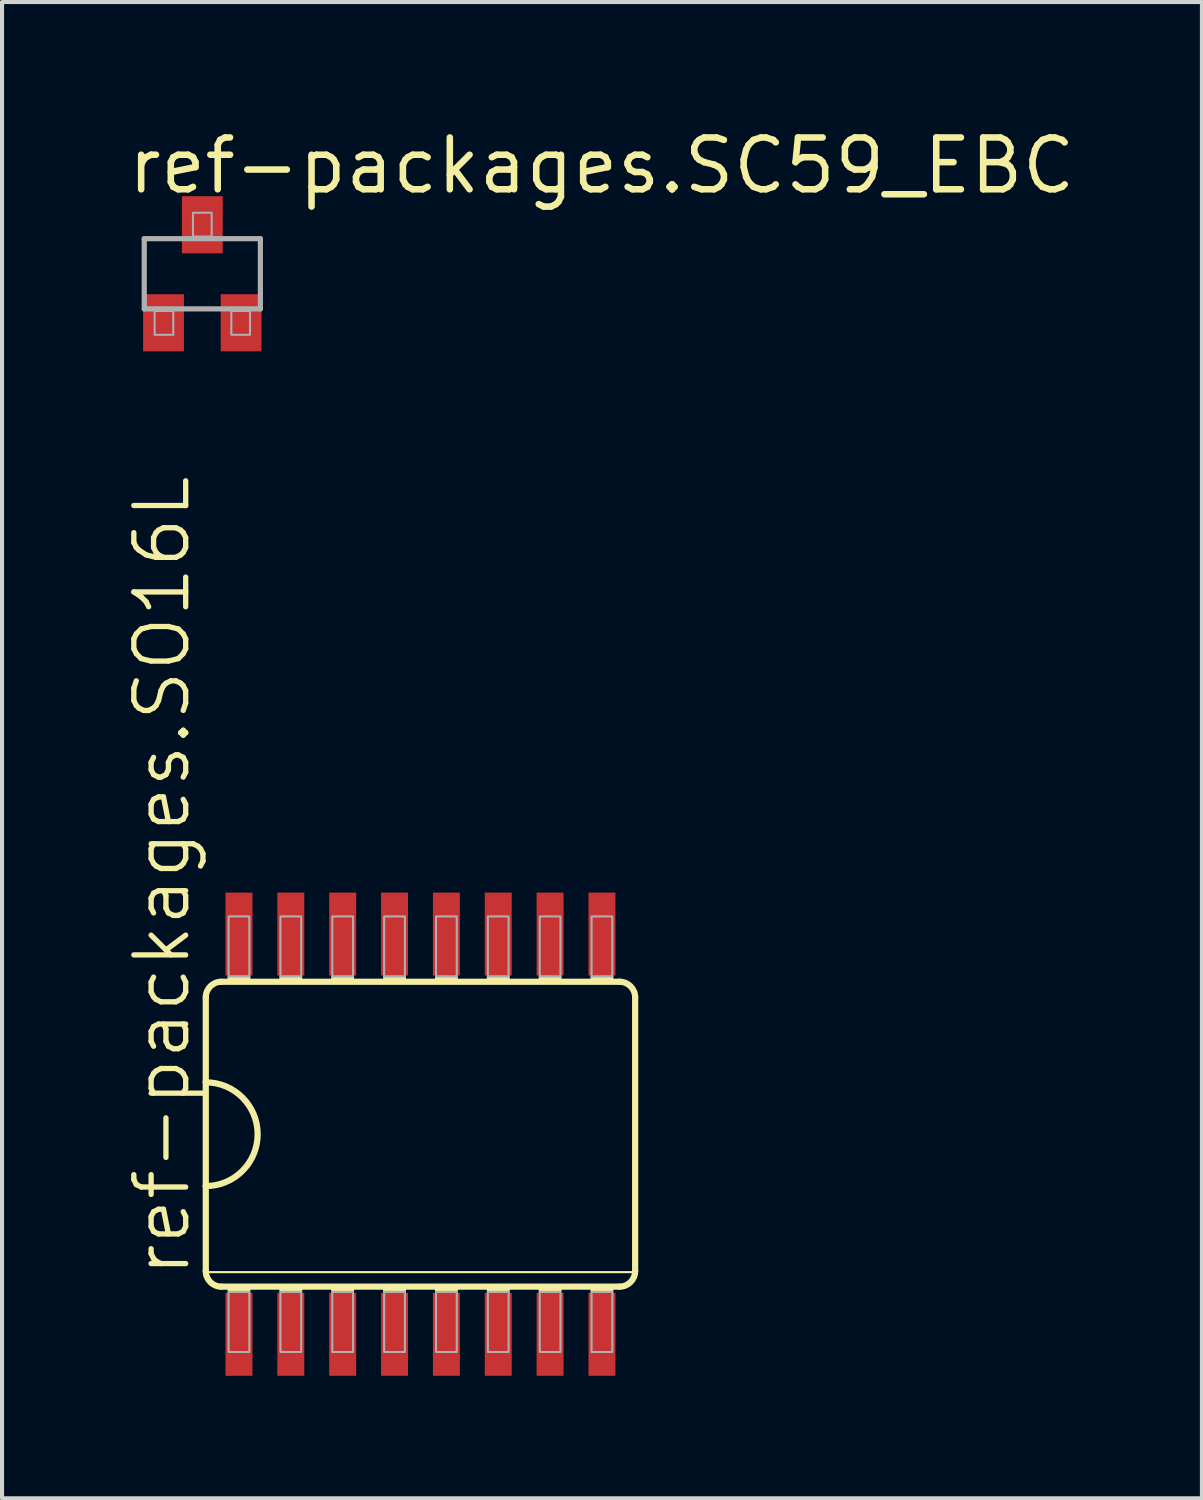
<source format=kicad_pcb>
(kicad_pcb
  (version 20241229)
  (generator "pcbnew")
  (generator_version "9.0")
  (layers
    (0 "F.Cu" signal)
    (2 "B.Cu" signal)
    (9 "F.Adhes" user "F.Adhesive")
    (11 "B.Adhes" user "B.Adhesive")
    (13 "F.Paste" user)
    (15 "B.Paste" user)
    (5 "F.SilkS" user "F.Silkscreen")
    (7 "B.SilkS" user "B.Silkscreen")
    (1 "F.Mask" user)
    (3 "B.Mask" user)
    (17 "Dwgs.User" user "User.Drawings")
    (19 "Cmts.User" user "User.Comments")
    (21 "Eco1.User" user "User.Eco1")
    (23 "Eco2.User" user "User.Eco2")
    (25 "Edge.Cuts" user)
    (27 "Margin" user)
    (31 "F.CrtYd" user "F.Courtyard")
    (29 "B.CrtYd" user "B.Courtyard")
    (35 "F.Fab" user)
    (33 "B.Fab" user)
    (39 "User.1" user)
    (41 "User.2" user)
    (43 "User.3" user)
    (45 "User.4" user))
  (footprint "ref-packages.SO16L"
    (layer "F.Cu")
    (at 7.248 24.729)
    (property "Reference" "ref-packages.SO16L" (at -5.588 3.556 90) (layer "F.SilkS") (effects (font (size 1.27 1.27) (thickness 0.13)) (justify left bottom)))
    (attr smd)
    (fp_line (start -5.258 -3.353) (end -5.258 -1.27) (stroke (width 0.152) (type default)) (layer "F.SilkS"))
    (fp_line (start -5.258 -1.27) (end -5.258 1.27) (stroke (width 0.152) (type default)) (layer "F.SilkS"))
    (fp_line (start -5.258 1.27) (end -5.258 3.353) (stroke (width 0.152) (type default)) (layer "F.SilkS"))
    (fp_line (start -5.207 3.378) (end 5.232 3.378) (stroke (width 0.051) (type default)) (layer "F.SilkS"))
    (fp_line (start -4.877 3.734) (end 4.877 3.734) (stroke (width 0.152) (type default)) (layer "F.SilkS"))
    (fp_line (start 4.877 -3.734) (end -4.877 -3.734) (stroke (width 0.152) (type default)) (layer "F.SilkS"))
    (fp_line (start 5.258 3.353) (end 5.258 -3.353) (stroke (width 0.152) (type default)) (layer "F.SilkS"))
    (fp_rect (start -4.699 -3.734) (end -4.191 -3.861) (stroke (width 0.05) (type default)) (fill yes) (layer "F.SilkS"))
    (fp_rect (start -4.699 3.861) (end -4.191 3.734) (stroke (width 0.05) (type default)) (fill yes) (layer "F.SilkS"))
    (fp_rect (start -3.429 -3.734) (end -2.921 -3.861) (stroke (width 0.05) (type default)) (fill yes) (layer "F.SilkS"))
    (fp_rect (start -3.429 3.861) (end -2.921 3.734) (stroke (width 0.05) (type default)) (fill yes) (layer "F.SilkS"))
    (fp_rect (start -2.159 -3.734) (end -1.651 -3.861) (stroke (width 0.05) (type default)) (fill yes) (layer "F.SilkS"))
    (fp_rect (start -2.159 3.861) (end -1.651 3.734) (stroke (width 0.05) (type default)) (fill yes) (layer "F.SilkS"))
    (fp_rect (start -0.889 -3.734) (end -0.381 -3.861) (stroke (width 0.05) (type default)) (fill yes) (layer "F.SilkS"))
    (fp_rect (start -0.889 3.861) (end -0.381 3.734) (stroke (width 0.05) (type default)) (fill yes) (layer "F.SilkS"))
    (fp_rect (start 0.381 -3.734) (end 0.889 -3.861) (stroke (width 0.05) (type default)) (fill yes) (layer "F.SilkS"))
    (fp_rect (start 0.381 3.861) (end 0.889 3.734) (stroke (width 0.05) (type default)) (fill yes) (layer "F.SilkS"))
    (fp_rect (start 1.651 -3.734) (end 2.159 -3.861) (stroke (width 0.05) (type default)) (fill yes) (layer "F.SilkS"))
    (fp_rect (start 1.651 3.861) (end 2.159 3.734) (stroke (width 0.05) (type default)) (fill yes) (layer "F.SilkS"))
    (fp_rect (start 2.921 -3.734) (end 3.429 -3.861) (stroke (width 0.05) (type default)) (fill yes) (layer "F.SilkS"))
    (fp_rect (start 2.921 3.861) (end 3.429 3.734) (stroke (width 0.05) (type default)) (fill yes) (layer "F.SilkS"))
    (fp_rect (start 4.191 -3.734) (end 4.699 -3.861) (stroke (width 0.05) (type default)) (fill yes) (layer "F.SilkS"))
    (fp_rect (start 4.191 3.861) (end 4.699 3.734) (stroke (width 0.05) (type default)) (fill yes) (layer "F.SilkS"))
    (fp_arc (start -5.2578 -3.3528) (mid -5.146208 -3.622208) (end -4.8768 -3.7338) (stroke (width 0.1524) (type default)) (layer "F.SilkS"))
    (fp_arc (start -5.2578 -1.27) (mid -3.9878 0) (end -5.2578 1.27) (stroke (width 0.1524) (type default)) (layer "F.SilkS"))
    (fp_arc (start -4.8768 3.7338) (mid -5.146208 3.622208) (end -5.2578 3.3528) (stroke (width 0.1524) (type default)) (layer "F.SilkS"))
    (fp_arc (start 4.8768 -3.7338) (mid 5.146208 -3.622208) (end 5.2578 -3.3528) (stroke (width 0.1524) (type default)) (layer "F.SilkS"))
    (fp_arc (start 5.2578 3.3528) (mid 5.146208 3.622208) (end 4.8768 3.7338) (stroke (width 0.1524) (type default)) (layer "F.SilkS"))
    (fp_rect (start -4.699 -3.861) (end -4.191 -5.334) (stroke (width 0.05) (type default)) (fill no) (layer "F.Fab"))
    (fp_rect (start -4.699 5.334) (end -4.191 3.861) (stroke (width 0.05) (type default)) (fill no) (layer "F.Fab"))
    (fp_rect (start -3.429 -3.861) (end -2.921 -5.334) (stroke (width 0.05) (type default)) (fill no) (layer "F.Fab"))
    (fp_rect (start -3.429 5.334) (end -2.921 3.861) (stroke (width 0.05) (type default)) (fill no) (layer "F.Fab"))
    (fp_rect (start -2.159 -3.861) (end -1.651 -5.334) (stroke (width 0.05) (type default)) (fill no) (layer "F.Fab"))
    (fp_rect (start -2.159 5.334) (end -1.651 3.861) (stroke (width 0.05) (type default)) (fill no) (layer "F.Fab"))
    (fp_rect (start -0.889 -3.861) (end -0.381 -5.334) (stroke (width 0.05) (type default)) (fill no) (layer "F.Fab"))
    (fp_rect (start -0.889 5.334) (end -0.381 3.861) (stroke (width 0.05) (type default)) (fill no) (layer "F.Fab"))
    (fp_rect (start 0.381 -3.861) (end 0.889 -5.334) (stroke (width 0.05) (type default)) (fill no) (layer "F.Fab"))
    (fp_rect (start 0.381 5.334) (end 0.889 3.861) (stroke (width 0.05) (type default)) (fill no) (layer "F.Fab"))
    (fp_rect (start 1.651 -3.861) (end 2.159 -5.334) (stroke (width 0.05) (type default)) (fill no) (layer "F.Fab"))
    (fp_rect (start 1.651 5.334) (end 2.159 3.861) (stroke (width 0.05) (type default)) (fill no) (layer "F.Fab"))
    (fp_rect (start 2.921 -3.861) (end 3.429 -5.334) (stroke (width 0.05) (type default)) (fill no) (layer "F.Fab"))
    (fp_rect (start 2.921 5.334) (end 3.429 3.861) (stroke (width 0.05) (type default)) (fill no) (layer "F.Fab"))
    (fp_rect (start 4.191 -3.861) (end 4.699 -5.334) (stroke (width 0.05) (type default)) (fill no) (layer "F.Fab"))
    (fp_rect (start 4.191 5.334) (end 4.699 3.861) (stroke (width 0.05) (type default)) (fill no) (layer "F.Fab"))
    (pad "1" smd roundrect (at -4.445 4.902) (size 0.66 2.032) (layers "F.Cu" "F.Mask" "F.Paste") (roundrect_rratio 0.01))
    (pad "2" smd roundrect (at -3.175 4.902) (size 0.66 2.032) (layers "F.Cu" "F.Mask" "F.Paste") (roundrect_rratio 0.01))
    (pad "3" smd roundrect (at -1.905 4.902) (size 0.66 2.032) (layers "F.Cu" "F.Mask" "F.Paste") (roundrect_rratio 0.01))
    (pad "4" smd roundrect (at -0.635 4.902) (size 0.66 2.032) (layers "F.Cu" "F.Mask" "F.Paste") (roundrect_rratio 0.01))
    (pad "5" smd roundrect (at 0.635 4.902) (size 0.66 2.032) (layers "F.Cu" "F.Mask" "F.Paste") (roundrect_rratio 0.01))
    (pad "6" smd roundrect (at 1.905 4.902) (size 0.66 2.032) (layers "F.Cu" "F.Mask" "F.Paste") (roundrect_rratio 0.01))
    (pad "7" smd roundrect (at 3.175 4.902) (size 0.66 2.032) (layers "F.Cu" "F.Mask" "F.Paste") (roundrect_rratio 0.01))
    (pad "8" smd roundrect (at 4.445 4.902) (size 0.66 2.032) (layers "F.Cu" "F.Mask" "F.Paste") (roundrect_rratio 0.01))
    (pad "9" smd roundrect (at 4.445 -4.902) (size 0.66 2.032) (layers "F.Cu" "F.Mask" "F.Paste") (roundrect_rratio 0.01))
    (pad "10" smd roundrect (at 3.175 -4.902) (size 0.66 2.032) (layers "F.Cu" "F.Mask" "F.Paste") (roundrect_rratio 0.01))
    (pad "11" smd roundrect (at 1.905 -4.902) (size 0.66 2.032) (layers "F.Cu" "F.Mask" "F.Paste") (roundrect_rratio 0.01))
    (pad "12" smd roundrect (at 0.635 -4.902) (size 0.66 2.032) (layers "F.Cu" "F.Mask" "F.Paste") (roundrect_rratio 0.01))
    (pad "13" smd roundrect (at -0.635 -4.902) (size 0.66 2.032) (layers "F.Cu" "F.Mask" "F.Paste") (roundrect_rratio 0.01))
    (pad "14" smd roundrect (at -1.905 -4.902) (size 0.66 2.032) (layers "F.Cu" "F.Mask" "F.Paste") (roundrect_rratio 0.01))
    (pad "15" smd roundrect (at -3.175 -4.902) (size 0.66 2.032) (layers "F.Cu" "F.Mask" "F.Paste") (roundrect_rratio 0.01))
    (pad "16" smd roundrect (at -4.445 -4.902) (size 0.66 2.032) (layers "F.Cu" "F.Mask" "F.Paste") (roundrect_rratio 0.01)))
  (footprint "ref-packages.SC59_EBC"
    (layer "F.Cu")
    (at 1.905 3.655)
    (property "Reference" "ref-packages.SC59_EBC" (at -1.905 -1.905 0) (layer "F.SilkS") (effects (font (size 1.27 1.27) (thickness 0.16)) (justify left bottom)))
    (attr smd)
    (fp_line (start -1.422 -0.86) (end 1.422 -0.86) (stroke (width 0.127) (type default)) (layer "F.Fab"))
    (fp_line (start -1.422 0.86) (end -1.422 -0.86) (stroke (width 0.127) (type default)) (layer "F.Fab"))
    (fp_line (start 1.422 -0.86) (end 1.422 0.86) (stroke (width 0.127) (type default)) (layer "F.Fab"))
    (fp_line (start 1.422 0.86) (end -1.422 0.86) (stroke (width 0.127) (type default)) (layer "F.Fab"))
    (fp_rect (start -1.168 1.495) (end -0.711 0.911) (stroke (width 0.05) (type default)) (fill no) (layer "F.Fab"))
    (fp_rect (start -0.229 -0.911) (end 0.229 -1.495) (stroke (width 0.05) (type default)) (fill no) (layer "F.Fab"))
    (fp_rect (start 0.711 1.495) (end 1.168 0.911) (stroke (width 0.05) (type default)) (fill no) (layer "F.Fab"))
    (pad "B" smd roundrect (at 0.95 1.2) (size 1 1.4) (layers "F.Cu" "F.Mask" "F.Paste") (roundrect_rratio 0.01))
    (pad "C" smd roundrect (at 0 -1.2) (size 1 1.4) (layers "F.Cu" "F.Mask" "F.Paste") (roundrect_rratio 0.01))
    (pad "E" smd roundrect (at -0.95 1.2) (size 1 1.4) (layers "F.Cu" "F.Mask" "F.Paste") (roundrect_rratio 0.01)))
  (gr_rect
    (start -3 -3)
    (end 26.388 33.647)
    (stroke (width 0.1) (type default))
    (fill no)
    (layer "Edge.Cuts")))
</source>
